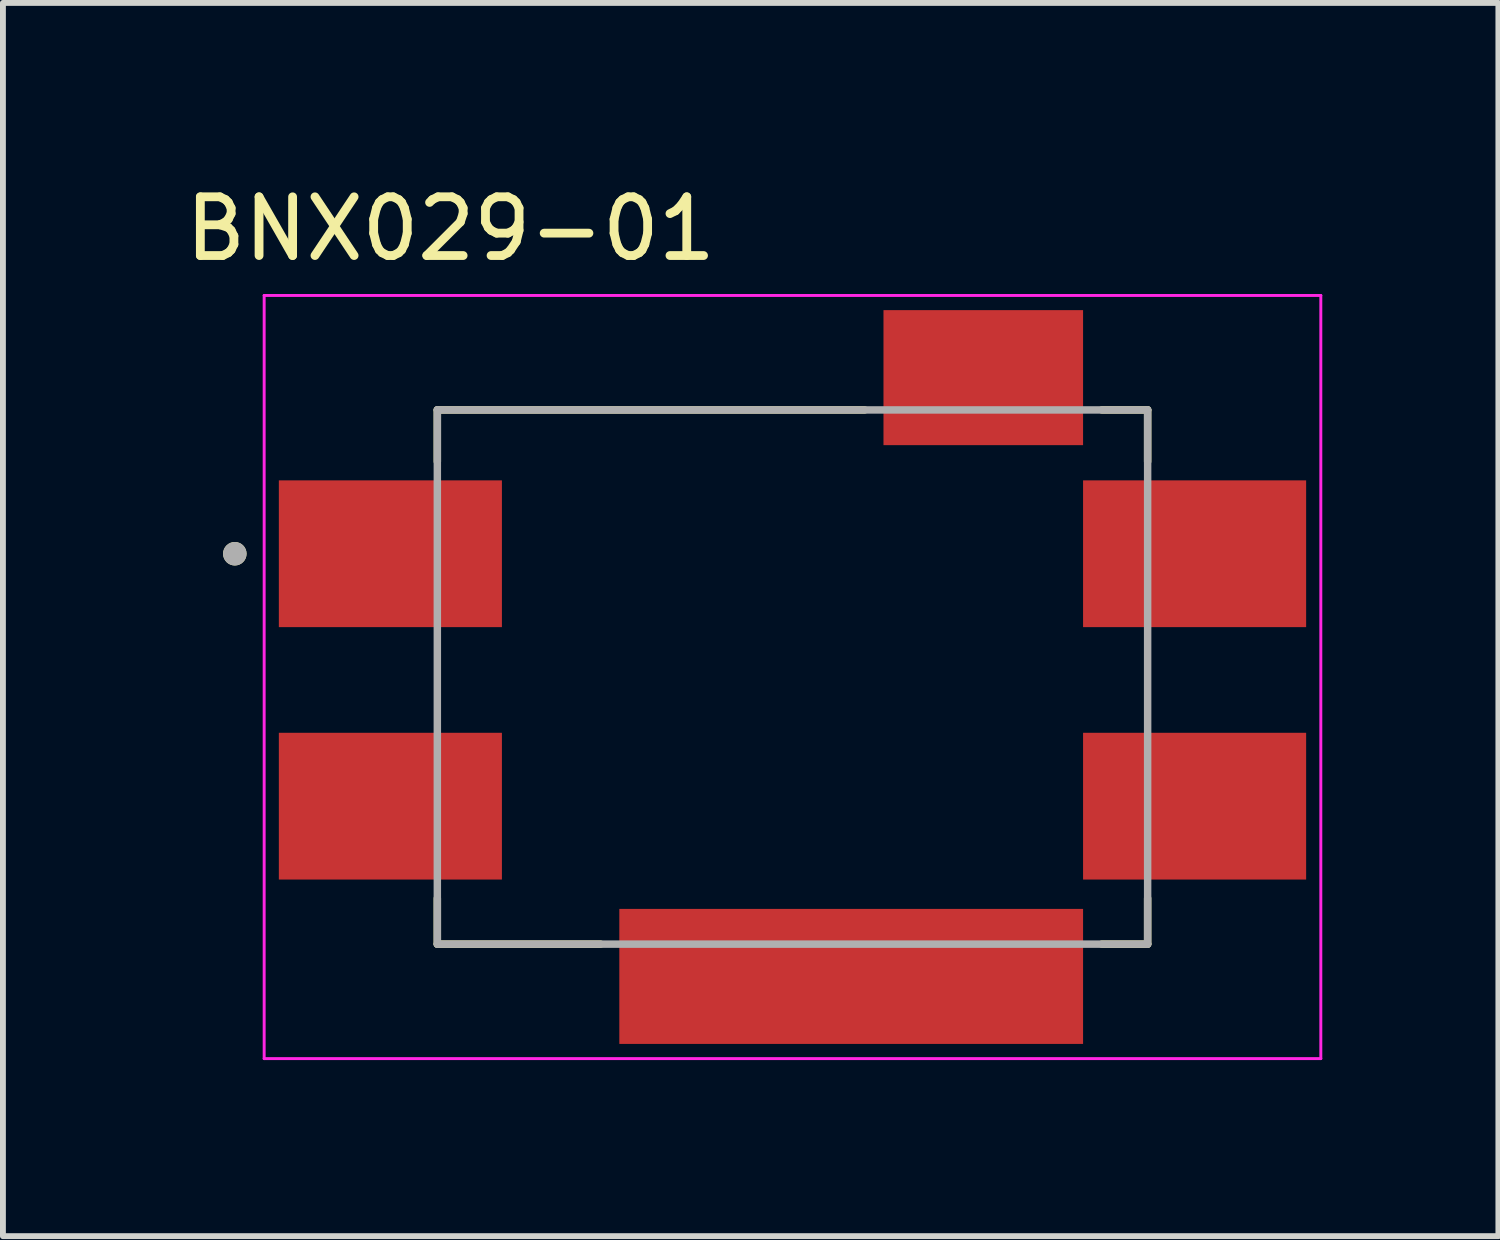
<source format=kicad_pcb>
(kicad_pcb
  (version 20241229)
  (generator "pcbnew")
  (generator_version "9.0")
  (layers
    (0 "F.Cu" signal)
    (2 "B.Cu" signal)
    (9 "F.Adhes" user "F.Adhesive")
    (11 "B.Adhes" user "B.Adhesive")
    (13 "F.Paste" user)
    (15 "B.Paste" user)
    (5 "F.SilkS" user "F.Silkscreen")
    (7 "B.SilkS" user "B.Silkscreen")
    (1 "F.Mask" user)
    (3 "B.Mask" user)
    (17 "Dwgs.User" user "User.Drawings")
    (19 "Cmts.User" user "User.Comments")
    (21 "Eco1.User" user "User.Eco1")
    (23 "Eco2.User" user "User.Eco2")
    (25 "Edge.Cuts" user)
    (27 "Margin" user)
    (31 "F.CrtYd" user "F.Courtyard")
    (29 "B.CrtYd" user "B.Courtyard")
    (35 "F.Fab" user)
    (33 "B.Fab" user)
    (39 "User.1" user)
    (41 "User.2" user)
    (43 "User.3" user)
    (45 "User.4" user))
  (footprint "BNX029-01"
    (layer "F.Cu")
    (at 10.45 8.483)
    (property "Reference" "BNX029-01" (at -5.825 -7.635 0) (layer "F.SilkS") (effects (font (size 1 1) (thickness 0.15))))
    (attr through_hole)
    (fp_line (start -6.05 -4.55) (end 1.23 -4.55) (stroke (width 0.127) (type solid)) (layer "F.SilkS"))
    (fp_line (start -6.05 -3.67) (end -6.05 -4.55) (stroke (width 0.127) (type solid)) (layer "F.SilkS"))
    (fp_line (start -6.05 4.55) (end -6.05 3.77) (stroke (width 0.127) (type solid)) (layer "F.SilkS"))
    (fp_line (start -3.27 4.55) (end -6.05 4.55) (stroke (width 0.127) (type solid)) (layer "F.SilkS"))
    (fp_line (start 5.27 -4.55) (end 6.05 -4.55) (stroke (width 0.127) (type solid)) (layer "F.SilkS"))
    (fp_line (start 6.05 -4.55) (end 6.05 -3.67) (stroke (width 0.127) (type solid)) (layer "F.SilkS"))
    (fp_line (start 6.05 3.77) (end 6.05 4.55) (stroke (width 0.127) (type solid)) (layer "F.SilkS"))
    (fp_line (start 6.05 4.55) (end 5.27 4.55) (stroke (width 0.127) (type solid)) (layer "F.SilkS"))
    (fp_circle (center -9.5 -2.1) (end -9.4 -2.1) (stroke (width 0.2) (type solid)) (fill no) (layer "F.SilkS"))
    (fp_line (start -9 -6.5) (end 9 -6.5) (stroke (width 0.05) (type solid)) (layer "F.CrtYd"))
    (fp_line (start -9 6.5) (end -9 -6.5) (stroke (width 0.05) (type solid)) (layer "F.CrtYd"))
    (fp_line (start 9 -6.5) (end 9 6.5) (stroke (width 0.05) (type solid)) (layer "F.CrtYd"))
    (fp_line (start 9 6.5) (end -9 6.5) (stroke (width 0.05) (type solid)) (layer "F.CrtYd"))
    (fp_line (start -6.05 -4.55) (end 6.05 -4.55) (stroke (width 0.127) (type solid)) (layer "F.Fab"))
    (fp_line (start -6.05 4.55) (end -6.05 -4.55) (stroke (width 0.127) (type solid)) (layer "F.Fab"))
    (fp_line (start 6.05 -4.55) (end 6.05 4.55) (stroke (width 0.127) (type solid)) (layer "F.Fab"))
    (fp_line (start 6.05 4.55) (end -6.05 4.55) (stroke (width 0.127) (type solid)) (layer "F.Fab"))
    (fp_circle (center -9.5 -2.1) (end -9.4 -2.1) (stroke (width 0.2) (type solid)) (fill no) (layer "F.Fab"))
    (pad "1" smd rect (at -6.85 -2.1) (size 3.8 2.5) (layers "F.Cu" "F.Mask" "F.Paste"))
    (pad "2" smd rect (at 6.85 -2.1) (size 3.8 2.5) (layers "F.Cu" "F.Mask" "F.Paste"))
    (pad "3" smd rect (at -6.85 2.2) (size 3.8 2.5) (layers "F.Cu" "F.Mask" "F.Paste"))
    (pad "4" smd rect (at 3.25 -5.1) (size 3.4 2.3) (layers "F.Cu" "F.Mask" "F.Paste"))
    (pad "5" smd rect (at 6.85 2.2) (size 3.8 2.5) (layers "F.Cu" "F.Mask" "F.Paste"))
    (pad "6" smd rect (at 1 5.1) (size 7.9 2.3) (layers "F.Cu" "F.Mask" "F.Paste")))
  (gr_rect
    (start -3 -3)
    (end 22.475 18.008)
    (stroke (width 0.1) (type default))
    (fill no)
    (layer "Edge.Cuts")))
</source>
